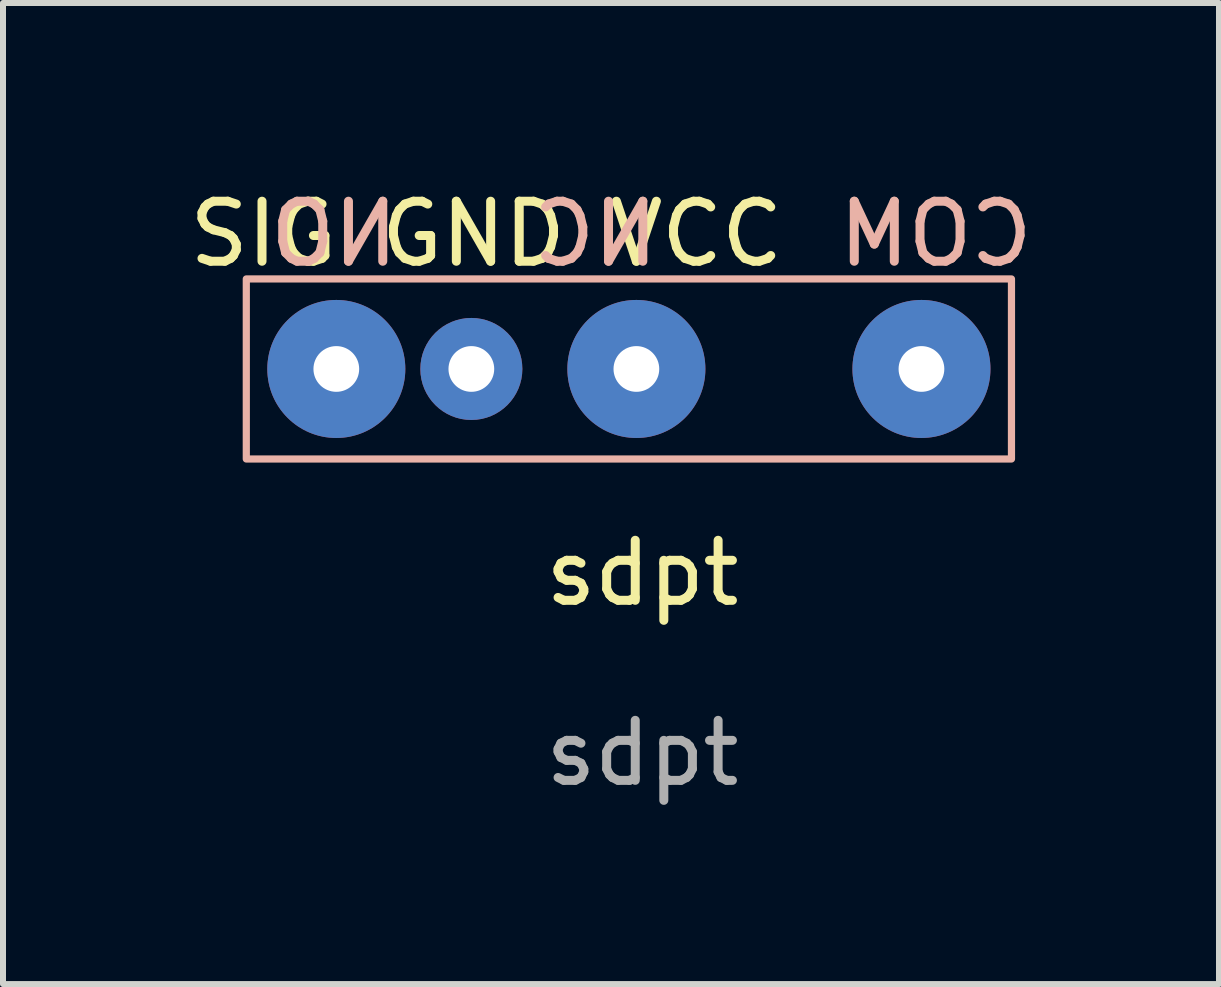
<source format=kicad_pcb>
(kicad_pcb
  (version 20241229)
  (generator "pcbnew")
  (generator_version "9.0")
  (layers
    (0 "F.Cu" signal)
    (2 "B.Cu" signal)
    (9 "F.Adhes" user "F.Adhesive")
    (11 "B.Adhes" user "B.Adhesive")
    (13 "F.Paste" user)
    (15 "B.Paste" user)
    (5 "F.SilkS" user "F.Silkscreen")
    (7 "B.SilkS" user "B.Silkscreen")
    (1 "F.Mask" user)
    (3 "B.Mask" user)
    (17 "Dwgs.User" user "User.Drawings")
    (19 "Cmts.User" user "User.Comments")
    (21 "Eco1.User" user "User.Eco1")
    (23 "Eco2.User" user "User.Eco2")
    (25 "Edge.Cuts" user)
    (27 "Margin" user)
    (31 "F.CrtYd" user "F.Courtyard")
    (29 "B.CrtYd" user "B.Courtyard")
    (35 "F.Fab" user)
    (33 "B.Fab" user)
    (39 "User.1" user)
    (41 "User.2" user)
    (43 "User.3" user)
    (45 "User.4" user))
  (footprint "sdpt"
    (layer "F.Cu")
    (at 7.554 3.098)
    (property "Reference" "sdpt" (at 0.1 3.4 0) (unlocked yes) (layer "F.SilkS") (effects (font (size 1 1) (thickness 0.15))))
    (attr through_hole)
    (fp_rect (start 6.25 -1.5) (end -6.5 1.5) (stroke (width 0.12) (type solid)) (fill no) (layer "B.SilkS"))
    (fp_text user "SIG GND VCC" (at -2.5 -2.25 0) (unlocked yes) (layer "F.SilkS") (effects (font (size 1 1) (thickness 0.15))))
    (fp_text user "COM    NC   NO" (at 0.25 -2.25 0) (unlocked yes) (layer "B.SilkS") (effects (font (size 1 1) (thickness 0.15)) (justify mirror)))
    (fp_text user "${REFERENCE}" (at 0.1 6.4 0) (unlocked yes) (layer "F.Fab") (effects (font (size 1 1) (thickness 0.15))))
    (pad "1" thru_hole circle (at -5 0) (size 2.3 2.3) (drill 0.762) (layers "*.Cu" "*.Mask"))
    (pad "2" thru_hole circle (at -2.75 0) (size 1.7 1.7) (drill 0.762) (layers "*.Cu" "*.Mask"))
    (pad "3" thru_hole circle (at 0 0) (size 2.3 2.3) (drill 0.762) (layers "*.Cu" "*.Mask"))
    (pad "4" thru_hole circle (at 4.75 0) (size 2.3 2.3) (drill 0.762) (layers "*.Cu" "*.Mask")))
  (gr_rect
    (start -3 -3)
    (end 17.262 13.347)
    (stroke (width 0.1) (type default))
    (fill no)
    (layer "Edge.Cuts")))
</source>
